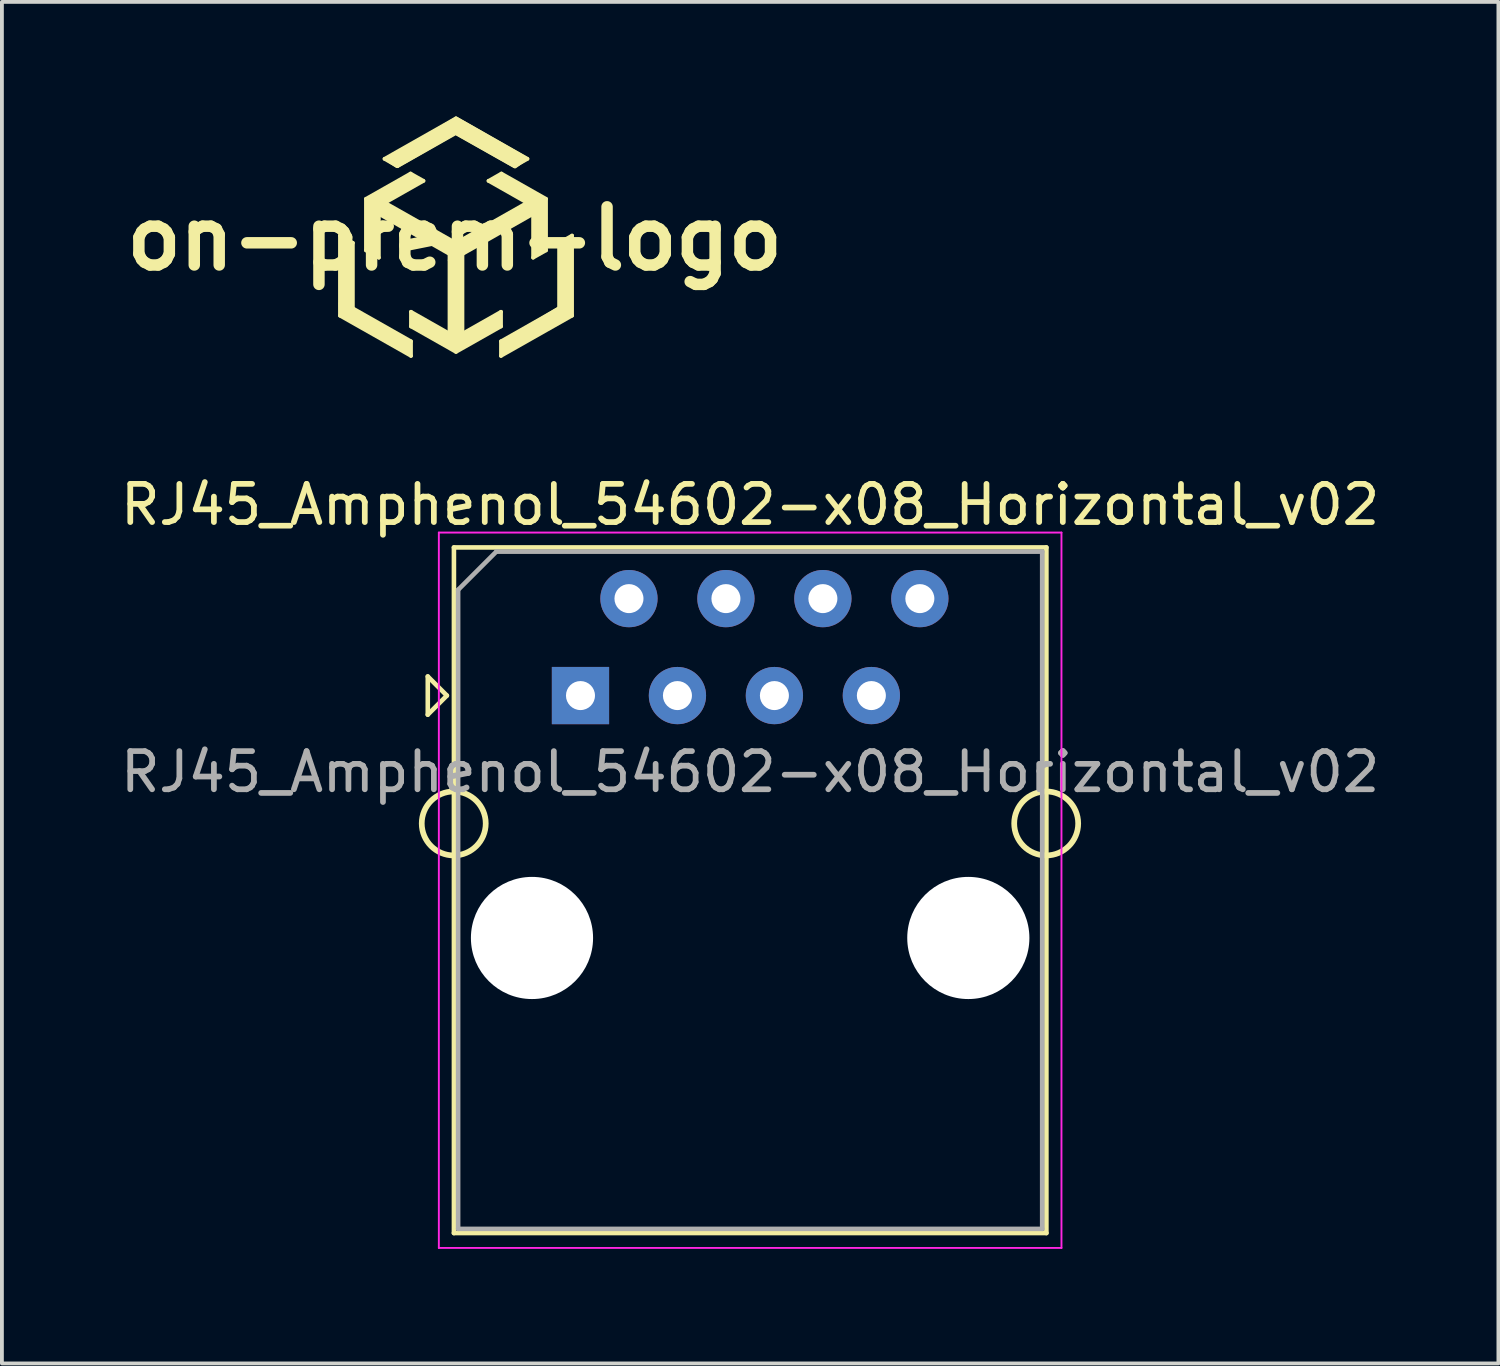
<source format=kicad_pcb>
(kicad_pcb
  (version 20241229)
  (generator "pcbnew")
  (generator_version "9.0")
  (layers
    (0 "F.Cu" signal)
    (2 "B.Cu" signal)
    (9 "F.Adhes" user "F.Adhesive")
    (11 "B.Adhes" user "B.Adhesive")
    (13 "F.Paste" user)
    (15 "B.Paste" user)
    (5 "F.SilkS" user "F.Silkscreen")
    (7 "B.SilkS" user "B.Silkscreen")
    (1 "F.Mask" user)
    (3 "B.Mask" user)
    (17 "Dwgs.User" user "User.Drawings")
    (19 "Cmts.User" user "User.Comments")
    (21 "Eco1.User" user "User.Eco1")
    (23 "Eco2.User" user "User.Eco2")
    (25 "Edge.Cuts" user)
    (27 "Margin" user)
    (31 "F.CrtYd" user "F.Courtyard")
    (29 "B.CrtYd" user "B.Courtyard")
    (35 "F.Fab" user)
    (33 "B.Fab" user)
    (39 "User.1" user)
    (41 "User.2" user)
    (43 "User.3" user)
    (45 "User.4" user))
  (footprint "RJ45_Amphenol_54602-x08_Horizontal_v02"
    (layer "F.Cu")
    (at 12.156 15.171)
    (property "Reference" "RJ45_Amphenol_54602-x08_Horizontal_v02" (at 4.445 -5 0) (layer "F.SilkS") (effects (font (size 1 1) (thickness 0.15))))
    (attr through_hole)
    (fp_line (start -4 -0.5) (end -4 0.5) (stroke (width 0.12) (type solid)) (layer "F.SilkS"))
    (fp_line (start -4 0.5) (end -3.5 0) (stroke (width 0.12) (type solid)) (layer "F.SilkS"))
    (fp_line (start -3.5 0) (end -4 -0.5) (stroke (width 0.12) (type solid)) (layer "F.SilkS"))
    (fp_line (start -3.315 -3.88) (end -3.315 14.08) (stroke (width 0.12) (type solid)) (layer "F.SilkS"))
    (fp_line (start -3.315 14.08) (end 12.205 14.08) (stroke (width 0.12) (type solid)) (layer "F.SilkS"))
    (fp_line (start 12.205 -3.88) (end -3.315 -3.88) (stroke (width 0.12) (type solid)) (layer "F.SilkS"))
    (fp_line (start 12.205 -3.88) (end 12.205 14.08) (stroke (width 0.12) (type solid)) (layer "F.SilkS"))
    (fp_circle (center -3.32 3.35) (end -2.482 3.35) (stroke (width 0.15) (type solid)) (fill no) (layer "F.SilkS"))
    (fp_circle (center 12.2 3.35) (end 13.038 3.35) (stroke (width 0.15) (type solid)) (fill no) (layer "F.SilkS"))
    (fp_line (start -3.71 -4.27) (end -3.71 14.47) (stroke (width 0.05) (type solid)) (layer "F.CrtYd"))
    (fp_line (start -3.71 -4.27) (end 12.6 -4.27) (stroke (width 0.05) (type solid)) (layer "F.CrtYd"))
    (fp_line (start 12.6 14.47) (end -3.71 14.47) (stroke (width 0.05) (type solid)) (layer "F.CrtYd"))
    (fp_line (start 12.6 14.47) (end 12.6 -4.27) (stroke (width 0.05) (type solid)) (layer "F.CrtYd"))
    (fp_line (start -3.205 -2.77) (end -2.205 -3.77) (stroke (width 0.12) (type solid)) (layer "F.Fab"))
    (fp_line (start -3.205 13.97) (end -3.205 -2.77) (stroke (width 0.12) (type solid)) (layer "F.Fab"))
    (fp_line (start -2.205 -3.77) (end 12.095 -3.77) (stroke (width 0.12) (type solid)) (layer "F.Fab"))
    (fp_line (start 12.095 -3.77) (end 12.095 13.97) (stroke (width 0.12) (type solid)) (layer "F.Fab"))
    (fp_line (start 12.095 13.97) (end -3.205 13.97) (stroke (width 0.12) (type solid)) (layer "F.Fab"))
    (fp_text user "${REFERENCE}" (at 4.445 2 0) (layer "F.Fab") (effects (font (size 1 1) (thickness 0.15))))
    (pad "" np_thru_hole circle (at -1.27 6.35) (size 3.2 3.2) (drill 3.2) (layers "*.Cu" "*.Mask"))
    (pad "" np_thru_hole circle (at 10.16 6.35) (size 3.2 3.2) (drill 3.2) (layers "*.Cu" "*.Mask"))
    (pad "1" thru_hole rect (at 0 0) (size 1.5 1.5) (drill 0.76) (layers "*.Cu" "*.Mask"))
    (pad "2" thru_hole circle (at 1.27 -2.54) (size 1.5 1.5) (drill 0.76) (layers "*.Cu" "*.Mask"))
    (pad "3" thru_hole circle (at 2.54 0) (size 1.5 1.5) (drill 0.76) (layers "*.Cu" "*.Mask"))
    (pad "4" thru_hole circle (at 3.81 -2.54) (size 1.5 1.5) (drill 0.76) (layers "*.Cu" "*.Mask"))
    (pad "5" thru_hole circle (at 5.08 0) (size 1.5 1.5) (drill 0.76) (layers "*.Cu" "*.Mask"))
    (pad "6" thru_hole circle (at 6.35 -2.54) (size 1.5 1.5) (drill 0.76) (layers "*.Cu" "*.Mask"))
    (pad "7" thru_hole circle (at 7.62 0) (size 1.5 1.5) (drill 0.76) (layers "*.Cu" "*.Mask"))
    (pad "8" thru_hole circle (at 8.89 -2.54) (size 1.5 1.5) (drill 0.76) (layers "*.Cu" "*.Mask")))
  (footprint "on-prem-logo"
    (layer "F.Cu")
    (at 8.861 3.202)
    (property "Reference" "on-prem-logo" (at 0 0 0) (layer "F.SilkS") (effects (font (size 1.524 1.524) (thickness 0.3))))
    (attr through_hole)
    (fp_line (start -3.005 -0.08) (end -3.005 2.017) (stroke (width 0.1) (type solid)) (layer "F.SilkS"))
    (fp_line (start -3.005 2.017) (end -1.145 3.071) (stroke (width 0.1) (type solid)) (layer "F.SilkS"))
    (fp_line (start -2.668 0.111) (end -3.005 -0.08) (stroke (width 0.1) (type solid)) (layer "F.SilkS"))
    (fp_line (start -2.668 1.825) (end -2.668 0.111) (stroke (width 0.1) (type solid)) (layer "F.SilkS"))
    (fp_line (start -2.324 -1.043) (end -2.324 0.306) (stroke (width 0.1) (type solid)) (layer "F.SilkS"))
    (fp_line (start -2.324 0.306) (end -1.987 0.497) (stroke (width 0.1) (type solid)) (layer "F.SilkS"))
    (fp_line (start -1.987 -0.648) (end -0.135 0.402) (stroke (width 0.1) (type solid)) (layer "F.SilkS"))
    (fp_line (start -1.987 0.497) (end -1.987 -0.648) (stroke (width 0.1) (type solid)) (layer "F.SilkS"))
    (fp_line (start -1.837 -2.091) (end -1.5 -1.9) (stroke (width 0.1) (type solid)) (layer "F.SilkS"))
    (fp_line (start -1.829 -0.941) (end -0.819 -1.514) (stroke (width 0.1) (type solid)) (layer "F.SilkS"))
    (fp_line (start -1.5 -1.9) (end 0.034 -2.769) (stroke (width 0.1) (type solid)) (layer "F.SilkS"))
    (fp_line (start -1.156 -1.705) (end -2.324 -1.043) (stroke (width 0.1) (type solid)) (layer "F.SilkS"))
    (fp_line (start -1.145 1.916) (end -1.145 2.299) (stroke (width 0.1) (type solid)) (layer "F.SilkS"))
    (fp_line (start -1.145 2.299) (end 0.034 2.967) (stroke (width 0.1) (type solid)) (layer "F.SilkS"))
    (fp_line (start -1.145 2.689) (end -2.668 1.825) (stroke (width 0.1) (type solid)) (layer "F.SilkS"))
    (fp_line (start -1.145 3.071) (end -1.145 2.689) (stroke (width 0.1) (type solid)) (layer "F.SilkS"))
    (fp_line (start -0.819 -1.514) (end -1.156 -1.705) (stroke (width 0.1) (type solid)) (layer "F.SilkS"))
    (fp_line (start -0.135 0.402) (end -0.135 2.489) (stroke (width 0.1) (type solid)) (layer "F.SilkS"))
    (fp_line (start -0.135 2.489) (end -1.145 1.916) (stroke (width 0.1) (type solid)) (layer "F.SilkS"))
    (fp_line (start 0.034 0.115) (end -1.829 -0.941) (stroke (width 0.1) (type solid)) (layer "F.SilkS"))
    (fp_line (start 0.034 2.967) (end 1.213 2.299) (stroke (width 0.1) (type solid)) (layer "F.SilkS"))
    (fp_line (start 0.034 -3.152) (end -1.837 -2.091) (stroke (width 0.1) (type solid)) (layer "F.SilkS"))
    (fp_line (start 0.034 -2.769) (end 1.568 -1.9) (stroke (width 0.1) (type solid)) (layer "F.SilkS"))
    (fp_line (start 0.203 0.402) (end 2.055 -0.649) (stroke (width 0.1) (type solid)) (layer "F.SilkS"))
    (fp_line (start 0.203 2.489) (end 0.203 0.402) (stroke (width 0.1) (type solid)) (layer "F.SilkS"))
    (fp_line (start 0.887 -1.514) (end 1.897 -0.941) (stroke (width 0.1) (type solid)) (layer "F.SilkS"))
    (fp_line (start 1.213 1.916) (end 0.203 2.489) (stroke (width 0.1) (type solid)) (layer "F.SilkS"))
    (fp_line (start 1.213 2.299) (end 1.213 1.916) (stroke (width 0.1) (type solid)) (layer "F.SilkS"))
    (fp_line (start 1.213 2.689) (end 1.213 3.071) (stroke (width 0.1) (type solid)) (layer "F.SilkS"))
    (fp_line (start 1.213 3.071) (end 3.074 2.017) (stroke (width 0.1) (type solid)) (layer "F.SilkS"))
    (fp_line (start 1.224 -1.705) (end 0.887 -1.514) (stroke (width 0.1) (type solid)) (layer "F.SilkS"))
    (fp_line (start 1.568 -1.9) (end 1.905 -2.091) (stroke (width 0.1) (type solid)) (layer "F.SilkS"))
    (fp_line (start 1.897 -0.941) (end 0.034 0.115) (stroke (width 0.1) (type solid)) (layer "F.SilkS"))
    (fp_line (start 1.905 -2.091) (end 0.034 -3.152) (stroke (width 0.1) (type solid)) (layer "F.SilkS"))
    (fp_line (start 2.055 -0.649) (end 2.055 0.497) (stroke (width 0.1) (type solid)) (layer "F.SilkS"))
    (fp_line (start 2.055 0.497) (end 2.392 0.306) (stroke (width 0.1) (type solid)) (layer "F.SilkS"))
    (fp_line (start 2.392 -1.043) (end 1.224 -1.705) (stroke (width 0.1) (type solid)) (layer "F.SilkS"))
    (fp_line (start 2.392 0.306) (end 2.392 -1.043) (stroke (width 0.1) (type solid)) (layer "F.SilkS"))
    (fp_line (start 2.736 0.111) (end 2.736 1.825) (stroke (width 0.1) (type solid)) (layer "F.SilkS"))
    (fp_line (start 2.736 1.825) (end 1.213 2.689) (stroke (width 0.1) (type solid)) (layer "F.SilkS"))
    (fp_line (start 3.074 -0.08) (end 2.736 0.111) (stroke (width 0.1) (type solid)) (layer "F.SilkS"))
    (fp_line (start 3.074 2.017) (end 3.074 -0.08) (stroke (width 0.1) (type solid)) (layer "F.SilkS"))
    (fp_poly (pts (xy -2.02 0.43) (xy -2.29 0.28) (xy -2.29 -0.73) (xy -2.02 -0.87)) (stroke (width 0.1) (type solid)) (fill yes) (layer "F.SilkS"))
    (fp_poly (pts (xy -1.18 2.7) (xy -1.18 3.01) (xy -2.98 1.98) (xy -2.99 1.69)) (stroke (width 0.1) (type solid)) (fill yes) (layer "F.SilkS"))
    (fp_poly (pts (xy -0.89 -1.52) (xy -2.29 -0.73) (xy -2.3 -1.02) (xy -1.16 -1.67)) (stroke (width 0.1) (type solid)) (fill yes) (layer "F.SilkS"))
    (fp_poly (pts (xy -0.15 2.51) (xy -0.14 2.82) (xy -1.11 2.28) (xy -1.11 1.99)) (stroke (width 0.1) (type solid)) (fill yes) (layer "F.SilkS"))
    (fp_poly (pts (xy 0.04 -2.79) (xy -1.51 -1.9) (xy -1.77 -2.07) (xy 0.03 -3.14)) (stroke (width 0.1) (type solid)) (fill yes) (layer "F.SilkS"))
    (fp_poly (pts (xy 2.36 0.28) (xy 2.09 0.43) (xy 2.08 -0.66) (xy 2.35 -0.77)) (stroke (width 0.1) (type solid)) (fill yes) (layer "F.SilkS"))
    (fp_poly (pts (xy 3.04 1.6) (xy 2.77 1.77) (xy 2.77 0.12) (xy 3.04 -0.02)) (stroke (width 0.1) (type solid)) (fill yes) (layer "F.SilkS"))
    (fp_poly (pts (xy -2.7 0.13) (xy -2.7 1.8) (xy -2.71 1.81) (xy -2.97 1.67) (xy -2.98 -0.02)) (stroke (width 0.1) (type solid)) (fill yes) (layer "F.SilkS"))
    (fp_poly (pts (xy 0.03 0.16) (xy -0.11 0.38) (xy -1.98 -0.69) (xy -1.98 -0.93) (xy -1.89 -0.94)) (stroke (width 0.1) (type solid)) (fill yes) (layer "F.SilkS"))
    (fp_poly (pts (xy 0.17 2.84) (xy 0.02 2.93) (xy -0.13 2.83) (xy -0.11 0.58) (xy 0.17 0.45)) (stroke (width 0.1) (type solid)) (fill yes) (layer "F.SilkS"))
    (fp_poly (pts (xy 1.17 2.28) (xy 0.21 2.82) (xy 0.2 2.82) (xy 0.2 2.52) (xy 1.17 1.98)) (stroke (width 0.1) (type solid)) (fill yes) (layer "F.SilkS"))
    (fp_poly (pts (xy 1.87 -2.1) (xy 1.58 -1.89) (xy 0.07 -2.74) (xy -0.01 -3.08) (xy 0.07 -3.13)) (stroke (width 0.1) (type solid)) (fill yes) (layer "F.SilkS"))
    (fp_poly (pts (xy 2.32 -1.04) (xy 1.93 -0.97) (xy 0.98 -1.51) (xy 0.97 -1.53) (xy 1.23 -1.67)) (stroke (width 0.1) (type solid)) (fill yes) (layer "F.SilkS"))
    (fp_poly (pts (xy 3.05 1.98) (xy 1.27 3.01) (xy 1.25 2.99) (xy 1.25 2.7) (xy 1.7 2.45) (xy 3.05 1.63)) (stroke (width 0.1) (type solid)) (fill yes) (layer "F.SilkS"))
    (fp_poly (pts (xy 2.36 -0.81) (xy 2.05 -0.68) (xy -0.13 0.57) (xy -0.1 0.37) (xy 0.04 0.13) (xy 1.91 -0.92) (xy 2.36 -1.03)) (stroke (width 0.1) (type solid)) (fill yes) (layer "F.SilkS")))
  (gr_rect
    (start -3 -3)
    (end 36.202 32.666)
    (stroke (width 0.1) (type default))
    (fill no)
    (layer "Edge.Cuts")))
</source>
